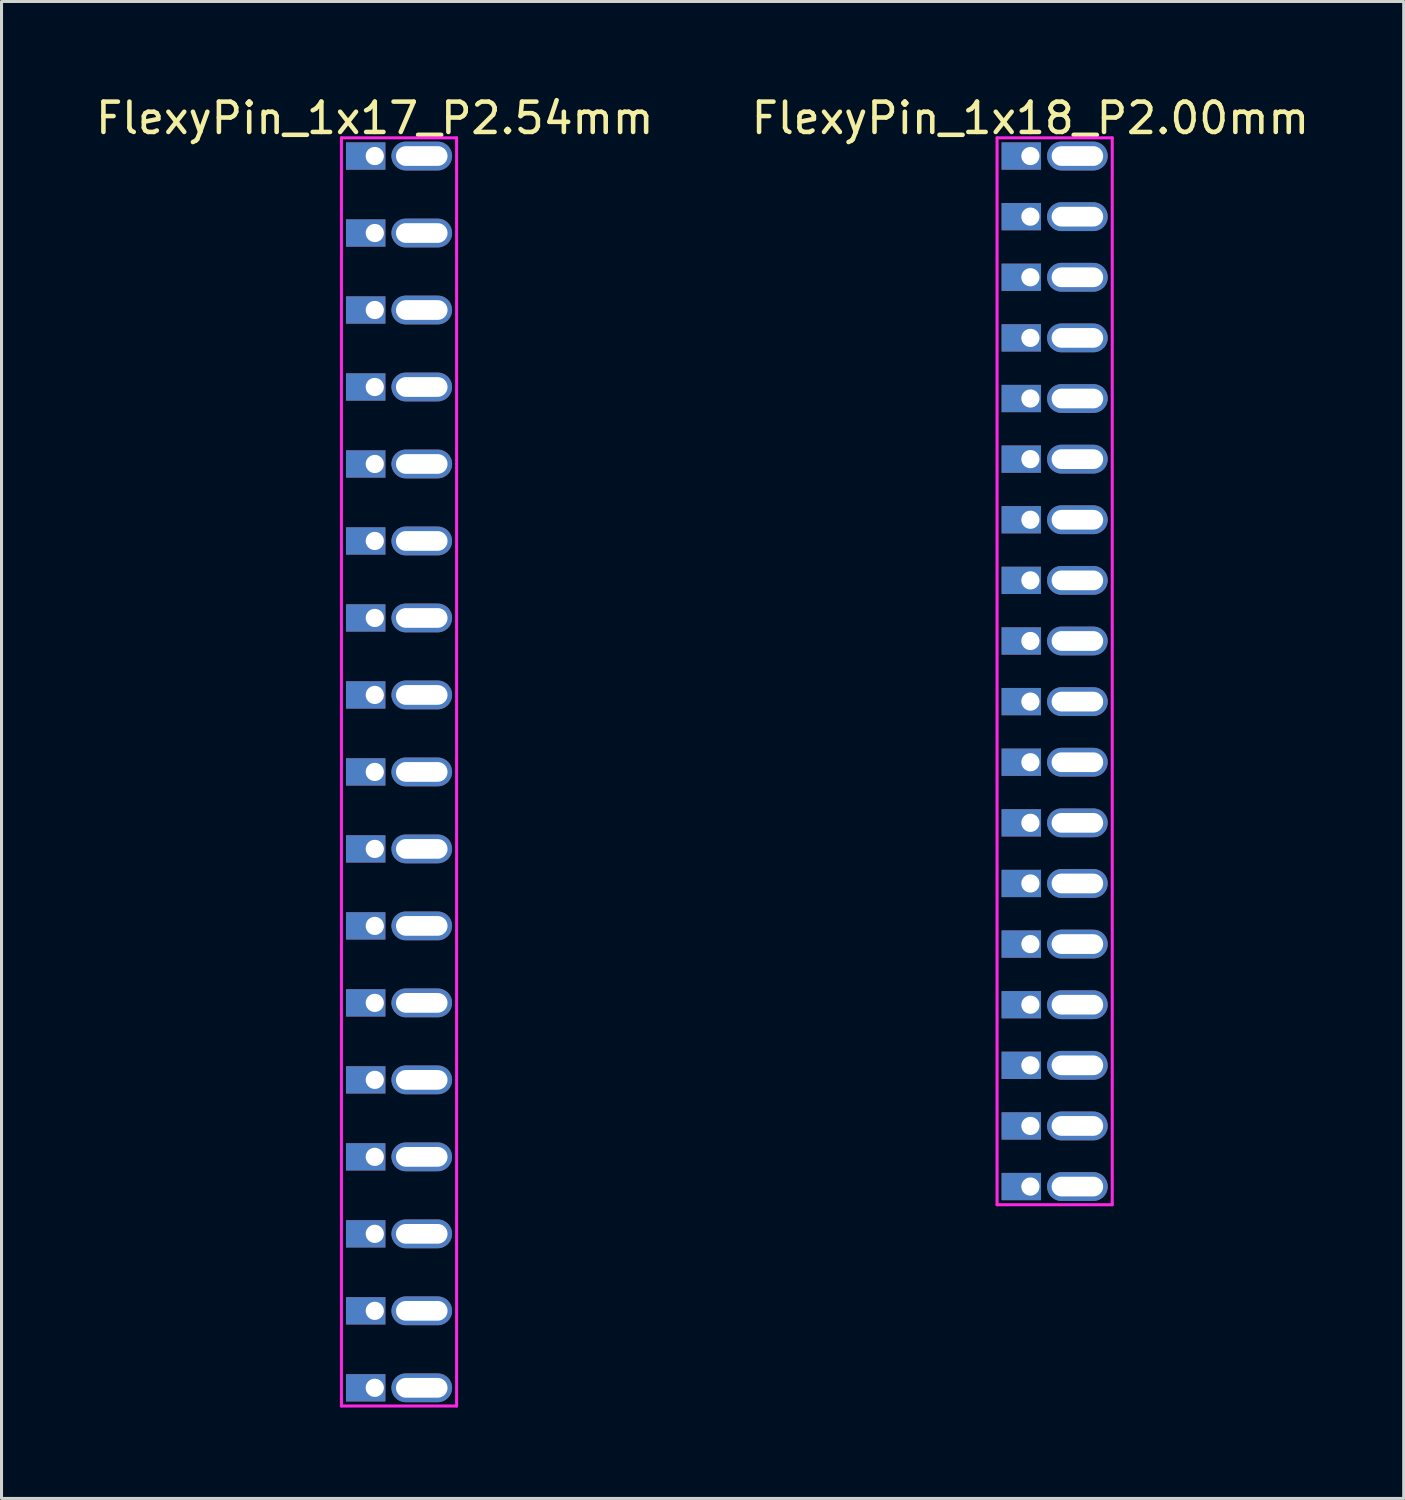
<source format=kicad_pcb>
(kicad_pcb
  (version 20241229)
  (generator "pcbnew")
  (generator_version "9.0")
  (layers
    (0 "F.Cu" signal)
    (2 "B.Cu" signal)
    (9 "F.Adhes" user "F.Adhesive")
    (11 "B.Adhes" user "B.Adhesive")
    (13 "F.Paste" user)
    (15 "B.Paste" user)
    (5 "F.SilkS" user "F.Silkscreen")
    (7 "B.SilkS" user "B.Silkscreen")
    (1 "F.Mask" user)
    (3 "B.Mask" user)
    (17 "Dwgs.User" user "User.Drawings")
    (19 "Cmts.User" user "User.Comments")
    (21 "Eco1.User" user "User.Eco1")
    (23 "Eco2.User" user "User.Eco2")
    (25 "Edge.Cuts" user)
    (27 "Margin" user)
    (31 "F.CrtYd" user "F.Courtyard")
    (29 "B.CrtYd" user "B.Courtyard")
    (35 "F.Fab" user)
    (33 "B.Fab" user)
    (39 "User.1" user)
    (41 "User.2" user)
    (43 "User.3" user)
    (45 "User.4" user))
  (footprint "FlexyPin_1x18_P2.00mm"
    (layer "F.Cu")
    (at 30.946 2.098)
    (property "Reference" "FlexyPin_1x18_P2.00mm" (at 0 -1.25 0) (layer "F.SilkS") (effects (font (size 1 1) (thickness 0.15))))
    (attr through_hole)
    (fp_line (start -1.1 -0.6) (end 2.7 -0.6) (stroke (width 0.1) (type solid)) (layer "F.CrtYd"))
    (fp_line (start -1.1 34.6) (end -1.1 -0.6) (stroke (width 0.1) (type solid)) (layer "F.CrtYd"))
    (fp_line (start 2.7 -0.6) (end 2.7 34.6) (stroke (width 0.1) (type solid)) (layer "F.CrtYd"))
    (fp_line (start 2.7 34.6) (end -1.1 34.6) (stroke (width 0.1) (type solid)) (layer "F.CrtYd"))
    (pad "" thru_hole oval (at 1.55 0) (size 2 0.95) (drill oval 1.7 0.65) (layers "*.Cu" "*.Mask"))
    (pad "" thru_hole oval (at 1.55 2) (size 2 0.95) (drill oval 1.7 0.65) (layers "*.Cu" "*.Mask"))
    (pad "" thru_hole oval (at 1.55 4) (size 2 0.95) (drill oval 1.7 0.65) (layers "*.Cu" "*.Mask"))
    (pad "" thru_hole oval (at 1.55 6) (size 2 0.95) (drill oval 1.7 0.65) (layers "*.Cu" "*.Mask"))
    (pad "" thru_hole oval (at 1.55 8) (size 2 0.95) (drill oval 1.7 0.65) (layers "*.Cu" "*.Mask"))
    (pad "" thru_hole oval (at 1.55 10) (size 2 0.95) (drill oval 1.7 0.65) (layers "*.Cu" "*.Mask"))
    (pad "" thru_hole oval (at 1.55 12) (size 2 0.95) (drill oval 1.7 0.65) (layers "*.Cu" "*.Mask"))
    (pad "" thru_hole oval (at 1.55 14) (size 2 0.95) (drill oval 1.7 0.65) (layers "*.Cu" "*.Mask"))
    (pad "" thru_hole oval (at 1.55 16) (size 2 0.95) (drill oval 1.7 0.65) (layers "*.Cu" "*.Mask"))
    (pad "" thru_hole oval (at 1.55 18) (size 2 0.95) (drill oval 1.7 0.65) (layers "*.Cu" "*.Mask"))
    (pad "" thru_hole oval (at 1.55 20) (size 2 0.95) (drill oval 1.7 0.65) (layers "*.Cu" "*.Mask"))
    (pad "" thru_hole oval (at 1.55 22) (size 2 0.95) (drill oval 1.7 0.65) (layers "*.Cu" "*.Mask"))
    (pad "" thru_hole oval (at 1.55 24) (size 2 0.95) (drill oval 1.7 0.65) (layers "*.Cu" "*.Mask"))
    (pad "" thru_hole oval (at 1.55 26) (size 2 0.95) (drill oval 1.7 0.65) (layers "*.Cu" "*.Mask"))
    (pad "" thru_hole oval (at 1.55 28) (size 2 0.95) (drill oval 1.7 0.65) (layers "*.Cu" "*.Mask"))
    (pad "" thru_hole oval (at 1.55 30) (size 2 0.95) (drill oval 1.7 0.65) (layers "*.Cu" "*.Mask"))
    (pad "" thru_hole oval (at 1.55 32) (size 2 0.95) (drill oval 1.7 0.65) (layers "*.Cu" "*.Mask"))
    (pad "" thru_hole oval (at 1.55 34) (size 2 0.95) (drill oval 1.7 0.65) (layers "*.Cu" "*.Mask"))
    (pad "1" thru_hole rect (at 0 0) (size 1.3 0.9) (drill 0.6 (offset -0.3 0)) (layers "*.Cu" "*.Mask"))
    (pad "2" thru_hole rect (at 0 2) (size 1.3 0.9) (drill 0.6 (offset -0.3 0)) (layers "*.Cu" "*.Mask"))
    (pad "3" thru_hole rect (at 0 4) (size 1.3 0.9) (drill 0.6 (offset -0.3 0)) (layers "*.Cu" "*.Mask"))
    (pad "4" thru_hole rect (at 0 6) (size 1.3 0.9) (drill 0.6 (offset -0.3 0)) (layers "*.Cu" "*.Mask"))
    (pad "5" thru_hole rect (at 0 8) (size 1.3 0.9) (drill 0.6 (offset -0.3 0)) (layers "*.Cu" "*.Mask"))
    (pad "6" thru_hole rect (at 0 10) (size 1.3 0.9) (drill 0.6 (offset -0.3 0)) (layers "*.Cu" "*.Mask"))
    (pad "7" thru_hole rect (at 0 12) (size 1.3 0.9) (drill 0.6 (offset -0.3 0)) (layers "*.Cu" "*.Mask"))
    (pad "8" thru_hole rect (at 0 14) (size 1.3 0.9) (drill 0.6 (offset -0.3 0)) (layers "*.Cu" "*.Mask"))
    (pad "9" thru_hole rect (at 0 16) (size 1.3 0.9) (drill 0.6 (offset -0.3 0)) (layers "*.Cu" "*.Mask"))
    (pad "10" thru_hole rect (at 0 18) (size 1.3 0.9) (drill 0.6 (offset -0.3 0)) (layers "*.Cu" "*.Mask"))
    (pad "11" thru_hole rect (at 0 20) (size 1.3 0.9) (drill 0.6 (offset -0.3 0)) (layers "*.Cu" "*.Mask"))
    (pad "12" thru_hole rect (at 0 22) (size 1.3 0.9) (drill 0.6 (offset -0.3 0)) (layers "*.Cu" "*.Mask"))
    (pad "13" thru_hole rect (at 0 24) (size 1.3 0.9) (drill 0.6 (offset -0.3 0)) (layers "*.Cu" "*.Mask"))
    (pad "14" thru_hole rect (at 0 26) (size 1.3 0.9) (drill 0.6 (offset -0.3 0)) (layers "*.Cu" "*.Mask"))
    (pad "15" thru_hole rect (at 0 28) (size 1.3 0.9) (drill 0.6 (offset -0.3 0)) (layers "*.Cu" "*.Mask"))
    (pad "16" thru_hole rect (at 0 30) (size 1.3 0.9) (drill 0.6 (offset -0.3 0)) (layers "*.Cu" "*.Mask"))
    (pad "17" thru_hole rect (at 0 32) (size 1.3 0.9) (drill 0.6 (offset -0.3 0)) (layers "*.Cu" "*.Mask"))
    (pad "18" thru_hole rect (at 0 34) (size 1.3 0.9) (drill 0.6 (offset -0.3 0)) (layers "*.Cu" "*.Mask")))
  (footprint "FlexyPin_1x17_P2.54mm"
    (layer "F.Cu")
    (at 9.315 2.098)
    (property "Reference" "FlexyPin_1x17_P2.54mm" (at 0 -1.25 0) (layer "F.SilkS") (effects (font (size 1 1) (thickness 0.15))))
    (attr through_hole)
    (fp_line (start -1.1 -0.6) (end 2.7 -0.6) (stroke (width 0.1) (type solid)) (layer "F.CrtYd"))
    (fp_line (start -1.1 41.24) (end -1.1 -0.6) (stroke (width 0.1) (type solid)) (layer "F.CrtYd"))
    (fp_line (start 2.7 -0.6) (end 2.7 41.24) (stroke (width 0.1) (type solid)) (layer "F.CrtYd"))
    (fp_line (start 2.7 41.24) (end -1.1 41.24) (stroke (width 0.1) (type solid)) (layer "F.CrtYd"))
    (pad "" thru_hole oval (at 1.55 0) (size 2 0.95) (drill oval 1.7 0.65) (layers "*.Cu" "*.Mask"))
    (pad "" thru_hole oval (at 1.55 2.54) (size 2 0.95) (drill oval 1.7 0.65) (layers "*.Cu" "*.Mask"))
    (pad "" thru_hole oval (at 1.55 5.08) (size 2 0.95) (drill oval 1.7 0.65) (layers "*.Cu" "*.Mask"))
    (pad "" thru_hole oval (at 1.55 7.62) (size 2 0.95) (drill oval 1.7 0.65) (layers "*.Cu" "*.Mask"))
    (pad "" thru_hole oval (at 1.55 10.16) (size 2 0.95) (drill oval 1.7 0.65) (layers "*.Cu" "*.Mask"))
    (pad "" thru_hole oval (at 1.55 12.7) (size 2 0.95) (drill oval 1.7 0.65) (layers "*.Cu" "*.Mask"))
    (pad "" thru_hole oval (at 1.55 15.24) (size 2 0.95) (drill oval 1.7 0.65) (layers "*.Cu" "*.Mask"))
    (pad "" thru_hole oval (at 1.55 17.78) (size 2 0.95) (drill oval 1.7 0.65) (layers "*.Cu" "*.Mask"))
    (pad "" thru_hole oval (at 1.55 20.32) (size 2 0.95) (drill oval 1.7 0.65) (layers "*.Cu" "*.Mask"))
    (pad "" thru_hole oval (at 1.55 22.86) (size 2 0.95) (drill oval 1.7 0.65) (layers "*.Cu" "*.Mask"))
    (pad "" thru_hole oval (at 1.55 25.4) (size 2 0.95) (drill oval 1.7 0.65) (layers "*.Cu" "*.Mask"))
    (pad "" thru_hole oval (at 1.55 27.94) (size 2 0.95) (drill oval 1.7 0.65) (layers "*.Cu" "*.Mask"))
    (pad "" thru_hole oval (at 1.55 30.48) (size 2 0.95) (drill oval 1.7 0.65) (layers "*.Cu" "*.Mask"))
    (pad "" thru_hole oval (at 1.55 33.02) (size 2 0.95) (drill oval 1.7 0.65) (layers "*.Cu" "*.Mask"))
    (pad "" thru_hole oval (at 1.55 35.56) (size 2 0.95) (drill oval 1.7 0.65) (layers "*.Cu" "*.Mask"))
    (pad "" thru_hole oval (at 1.55 38.1) (size 2 0.95) (drill oval 1.7 0.65) (layers "*.Cu" "*.Mask"))
    (pad "" thru_hole oval (at 1.55 40.64) (size 2 0.95) (drill oval 1.7 0.65) (layers "*.Cu" "*.Mask"))
    (pad "1" thru_hole rect (at 0 0) (size 1.3 0.9) (drill 0.6 (offset -0.3 0)) (layers "*.Cu" "*.Mask"))
    (pad "2" thru_hole rect (at 0 2.54) (size 1.3 0.9) (drill 0.6 (offset -0.3 0)) (layers "*.Cu" "*.Mask"))
    (pad "3" thru_hole rect (at 0 5.08) (size 1.3 0.9) (drill 0.6 (offset -0.3 0)) (layers "*.Cu" "*.Mask"))
    (pad "4" thru_hole rect (at 0 7.62) (size 1.3 0.9) (drill 0.6 (offset -0.3 0)) (layers "*.Cu" "*.Mask"))
    (pad "5" thru_hole rect (at 0 10.16) (size 1.3 0.9) (drill 0.6 (offset -0.3 0)) (layers "*.Cu" "*.Mask"))
    (pad "6" thru_hole rect (at 0 12.7) (size 1.3 0.9) (drill 0.6 (offset -0.3 0)) (layers "*.Cu" "*.Mask"))
    (pad "7" thru_hole rect (at 0 15.24) (size 1.3 0.9) (drill 0.6 (offset -0.3 0)) (layers "*.Cu" "*.Mask"))
    (pad "8" thru_hole rect (at 0 17.78) (size 1.3 0.9) (drill 0.6 (offset -0.3 0)) (layers "*.Cu" "*.Mask"))
    (pad "9" thru_hole rect (at 0 20.32) (size 1.3 0.9) (drill 0.6 (offset -0.3 0)) (layers "*.Cu" "*.Mask"))
    (pad "10" thru_hole rect (at 0 22.86) (size 1.3 0.9) (drill 0.6 (offset -0.3 0)) (layers "*.Cu" "*.Mask"))
    (pad "11" thru_hole rect (at 0 25.4) (size 1.3 0.9) (drill 0.6 (offset -0.3 0)) (layers "*.Cu" "*.Mask"))
    (pad "12" thru_hole rect (at 0 27.94) (size 1.3 0.9) (drill 0.6 (offset -0.3 0)) (layers "*.Cu" "*.Mask"))
    (pad "13" thru_hole rect (at 0 30.48) (size 1.3 0.9) (drill 0.6 (offset -0.3 0)) (layers "*.Cu" "*.Mask"))
    (pad "14" thru_hole rect (at 0 33.02) (size 1.3 0.9) (drill 0.6 (offset -0.3 0)) (layers "*.Cu" "*.Mask"))
    (pad "15" thru_hole rect (at 0 35.56) (size 1.3 0.9) (drill 0.6 (offset -0.3 0)) (layers "*.Cu" "*.Mask"))
    (pad "16" thru_hole rect (at 0 38.1) (size 1.3 0.9) (drill 0.6 (offset -0.3 0)) (layers "*.Cu" "*.Mask"))
    (pad "17" thru_hole rect (at 0 40.64) (size 1.3 0.9) (drill 0.6 (offset -0.3 0)) (layers "*.Cu" "*.Mask")))
  (gr_rect
    (start -3 -3)
    (end 43.262 46.388)
    (stroke (width 0.1) (type default))
    (fill no)
    (layer "Edge.Cuts")))
</source>
